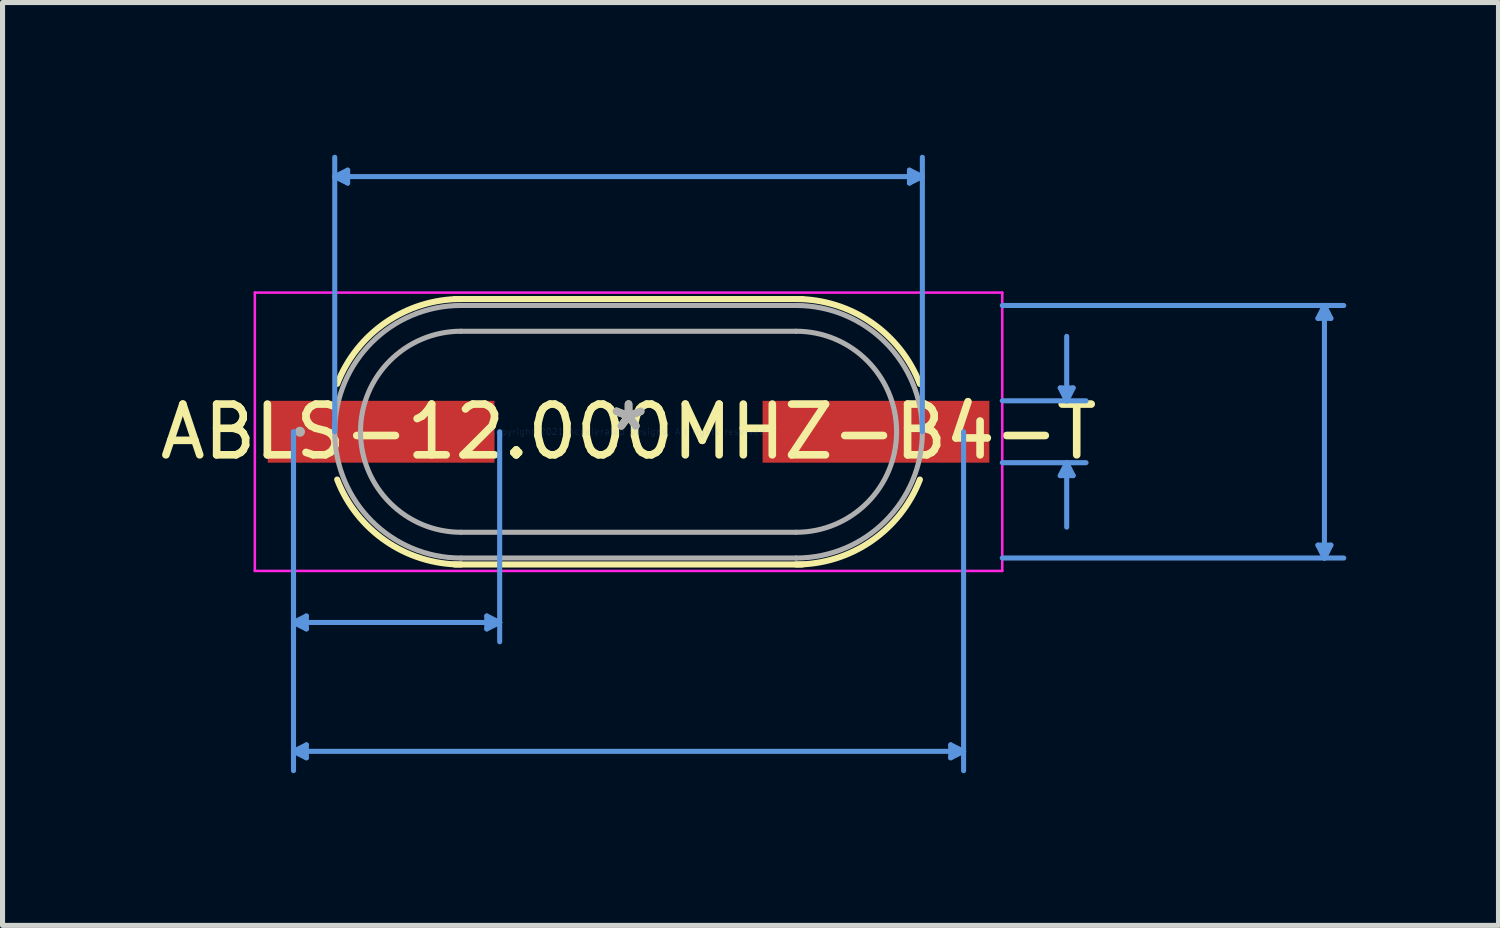
<source format=kicad_pcb>
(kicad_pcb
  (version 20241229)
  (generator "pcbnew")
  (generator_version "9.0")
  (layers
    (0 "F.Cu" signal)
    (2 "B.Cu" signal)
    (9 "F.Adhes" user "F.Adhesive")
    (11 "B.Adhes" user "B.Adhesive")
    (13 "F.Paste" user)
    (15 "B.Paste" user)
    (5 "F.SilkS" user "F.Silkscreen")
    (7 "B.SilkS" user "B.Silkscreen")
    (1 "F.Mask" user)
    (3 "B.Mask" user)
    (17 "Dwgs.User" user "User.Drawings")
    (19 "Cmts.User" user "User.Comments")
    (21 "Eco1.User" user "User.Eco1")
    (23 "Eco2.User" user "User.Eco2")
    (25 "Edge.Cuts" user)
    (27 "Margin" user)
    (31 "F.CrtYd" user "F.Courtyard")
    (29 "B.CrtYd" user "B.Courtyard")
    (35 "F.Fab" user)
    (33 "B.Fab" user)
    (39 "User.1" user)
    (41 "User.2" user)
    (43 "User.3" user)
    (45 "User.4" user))
  (footprint "ABLS-12.000MHZ-B4-T"
    (layer "F.Cu")
    (at 9.339 5.46)
    (property "Reference" "ABLS-12.000MHZ-B4-T" (at 0 0 0) (layer "F.SilkS") (effects (font (size 1 1) (thickness 0.15))))
    (attr through_hole)
    (fp_line (start -3.429 -2.616) (end 3.429 -2.616) (stroke (width 0.12) (type solid)) (layer "F.SilkS"))
    (fp_line (start 3.429 2.616) (end -3.429 2.616) (stroke (width 0.12) (type solid)) (layer "F.SilkS"))
    (fp_arc (start -5.742594 -0.94234) (mid -4.781722 -2.157528) (end -3.302 -2.6162) (stroke (width 0.12) (type solid)) (layer "F.SilkS"))
    (fp_arc (start -3.302002 2.6162) (mid -4.781723 2.157527) (end -5.742594 0.942339) (stroke (width 0.12) (type solid)) (layer "F.SilkS"))
    (fp_arc (start 3.302 -2.6162) (mid 4.781722 -2.157528) (end 5.742594 -0.94234) (stroke (width 0.12) (type solid)) (layer "F.SilkS"))
    (fp_arc (start 5.742594 0.94234) (mid 4.781722 2.157528) (end 3.302 2.6162) (stroke (width 0.12) (type solid)) (layer "F.SilkS"))
    (fp_line (start -6.604 0) (end -6.604 4.14) (stroke (width 0.1) (type solid)) (layer "Cmts.User"))
    (fp_line (start -6.604 0) (end -6.604 6.68) (stroke (width 0.1) (type solid)) (layer "Cmts.User"))
    (fp_line (start -6.604 3.759) (end -6.35 3.632) (stroke (width 0.1) (type solid)) (layer "Cmts.User"))
    (fp_line (start -6.604 3.759) (end -6.35 3.886) (stroke (width 0.1) (type solid)) (layer "Cmts.User"))
    (fp_line (start -6.604 3.759) (end -2.54 3.759) (stroke (width 0.1) (type solid)) (layer "Cmts.User"))
    (fp_line (start -6.604 6.299) (end -6.35 6.172) (stroke (width 0.1) (type solid)) (layer "Cmts.User"))
    (fp_line (start -6.604 6.299) (end -6.35 6.426) (stroke (width 0.1) (type solid)) (layer "Cmts.User"))
    (fp_line (start -6.604 6.299) (end 6.604 6.299) (stroke (width 0.1) (type solid)) (layer "Cmts.User"))
    (fp_line (start -6.35 3.632) (end -6.35 3.886) (stroke (width 0.1) (type solid)) (layer "Cmts.User"))
    (fp_line (start -6.35 6.172) (end -6.35 6.426) (stroke (width 0.1) (type solid)) (layer "Cmts.User"))
    (fp_line (start -5.791 -5.029) (end -5.537 -5.156) (stroke (width 0.1) (type solid)) (layer "Cmts.User"))
    (fp_line (start -5.791 -5.029) (end -5.537 -4.902) (stroke (width 0.1) (type solid)) (layer "Cmts.User"))
    (fp_line (start -5.791 -5.029) (end 5.791 -5.029) (stroke (width 0.1) (type solid)) (layer "Cmts.User"))
    (fp_line (start -5.791 0) (end -5.791 -5.41) (stroke (width 0.1) (type solid)) (layer "Cmts.User"))
    (fp_line (start -5.537 -5.156) (end -5.537 -4.902) (stroke (width 0.1) (type solid)) (layer "Cmts.User"))
    (fp_line (start -2.794 3.632) (end -2.794 3.886) (stroke (width 0.1) (type solid)) (layer "Cmts.User"))
    (fp_line (start -2.54 0) (end -2.54 4.14) (stroke (width 0.1) (type solid)) (layer "Cmts.User"))
    (fp_line (start -2.54 3.759) (end -2.794 3.632) (stroke (width 0.1) (type solid)) (layer "Cmts.User"))
    (fp_line (start -2.54 3.759) (end -2.794 3.886) (stroke (width 0.1) (type solid)) (layer "Cmts.User"))
    (fp_line (start 5.537 -5.156) (end 5.537 -4.902) (stroke (width 0.1) (type solid)) (layer "Cmts.User"))
    (fp_line (start 5.791 -5.029) (end 5.537 -5.156) (stroke (width 0.1) (type solid)) (layer "Cmts.User"))
    (fp_line (start 5.791 -5.029) (end 5.537 -4.902) (stroke (width 0.1) (type solid)) (layer "Cmts.User"))
    (fp_line (start 5.791 0) (end 5.791 -5.41) (stroke (width 0.1) (type solid)) (layer "Cmts.User"))
    (fp_line (start 6.35 6.172) (end 6.35 6.426) (stroke (width 0.1) (type solid)) (layer "Cmts.User"))
    (fp_line (start 6.604 0) (end 6.604 6.68) (stroke (width 0.1) (type solid)) (layer "Cmts.User"))
    (fp_line (start 6.604 6.299) (end 6.35 6.172) (stroke (width 0.1) (type solid)) (layer "Cmts.User"))
    (fp_line (start 6.604 6.299) (end 6.35 6.426) (stroke (width 0.1) (type solid)) (layer "Cmts.User"))
    (fp_line (start 7.366 -2.489) (end 14.097 -2.489) (stroke (width 0.1) (type solid)) (layer "Cmts.User"))
    (fp_line (start 7.366 -0.61) (end 9.017 -0.61) (stroke (width 0.1) (type solid)) (layer "Cmts.User"))
    (fp_line (start 7.366 0.61) (end 9.017 0.61) (stroke (width 0.1) (type solid)) (layer "Cmts.User"))
    (fp_line (start 7.366 2.489) (end 14.097 2.489) (stroke (width 0.1) (type solid)) (layer "Cmts.User"))
    (fp_line (start 8.509 -0.864) (end 8.763 -0.864) (stroke (width 0.1) (type solid)) (layer "Cmts.User"))
    (fp_line (start 8.509 0.864) (end 8.763 0.864) (stroke (width 0.1) (type solid)) (layer "Cmts.User"))
    (fp_line (start 8.636 -0.61) (end 8.509 -0.864) (stroke (width 0.1) (type solid)) (layer "Cmts.User"))
    (fp_line (start 8.636 -0.61) (end 8.636 -1.88) (stroke (width 0.1) (type solid)) (layer "Cmts.User"))
    (fp_line (start 8.636 -0.61) (end 8.763 -0.864) (stroke (width 0.1) (type solid)) (layer "Cmts.User"))
    (fp_line (start 8.636 0.61) (end 8.509 0.864) (stroke (width 0.1) (type solid)) (layer "Cmts.User"))
    (fp_line (start 8.636 0.61) (end 8.636 1.88) (stroke (width 0.1) (type solid)) (layer "Cmts.User"))
    (fp_line (start 8.636 0.61) (end 8.763 0.864) (stroke (width 0.1) (type solid)) (layer "Cmts.User"))
    (fp_line (start 13.589 -2.235) (end 13.843 -2.235) (stroke (width 0.1) (type solid)) (layer "Cmts.User"))
    (fp_line (start 13.589 2.235) (end 13.843 2.235) (stroke (width 0.1) (type solid)) (layer "Cmts.User"))
    (fp_line (start 13.716 -2.489) (end 13.589 -2.235) (stroke (width 0.1) (type solid)) (layer "Cmts.User"))
    (fp_line (start 13.716 -2.489) (end 13.716 2.489) (stroke (width 0.1) (type solid)) (layer "Cmts.User"))
    (fp_line (start 13.716 -2.489) (end 13.843 -2.235) (stroke (width 0.1) (type solid)) (layer "Cmts.User"))
    (fp_line (start 13.716 2.489) (end 13.589 2.235) (stroke (width 0.1) (type solid)) (layer "Cmts.User"))
    (fp_line (start 13.716 2.489) (end 13.843 2.235) (stroke (width 0.1) (type solid)) (layer "Cmts.User"))
    (fp_line (start -7.366 -2.743) (end 7.366 -2.743) (stroke (width 0.05) (type solid)) (layer "F.CrtYd"))
    (fp_line (start -7.366 2.743) (end -7.366 -2.743) (stroke (width 0.05) (type solid)) (layer "F.CrtYd"))
    (fp_line (start 7.366 -2.743) (end 7.366 2.743) (stroke (width 0.05) (type solid)) (layer "F.CrtYd"))
    (fp_line (start 7.366 2.743) (end -7.366 2.743) (stroke (width 0.05) (type solid)) (layer "F.CrtYd"))
    (fp_line (start -3.302 -2.489) (end 3.302 -2.489) (stroke (width 0.1) (type solid)) (layer "F.Fab"))
    (fp_line (start -3.302 -1.981) (end 3.302 -1.981) (stroke (width 0.1) (type solid)) (layer "F.Fab"))
    (fp_line (start 3.302 1.981) (end -3.302 1.981) (stroke (width 0.1) (type solid)) (layer "F.Fab"))
    (fp_line (start 3.302 2.489) (end -3.302 2.489) (stroke (width 0.1) (type solid)) (layer "F.Fab"))
    (fp_arc (start -3.302 1.9812) (mid -5.2832 0) (end -3.302 -1.9812) (stroke (width 0.1) (type solid)) (layer "F.Fab"))
    (fp_arc (start -3.302 2.4892) (mid -5.7912 0) (end -3.302 -2.4892) (stroke (width 0.1) (type solid)) (layer "F.Fab"))
    (fp_arc (start 3.302 -2.4892) (mid 5.7912 0) (end 3.302 2.4892) (stroke (width 0.1) (type solid)) (layer "F.Fab"))
    (fp_arc (start 3.302 -1.9812) (mid 5.2832 0) (end 3.302 1.9812) (stroke (width 0.1) (type solid)) (layer "F.Fab"))
    (fp_circle (center -6.477 0) (end -6.477 0) (stroke (width 0.1) (type solid)) (fill no) (layer "F.Fab"))
    (fp_text user "*" (at 0 0 0) (layer "F.SilkS") (effects (font (size 1 1) (thickness 0.15))))
    (fp_text user "Copyright 2021 Accelerated Designs. All rights reserved." (at 0 0 0) (layer "Cmts.User") (effects (font (size 0.127 0.127) (thickness 0.002))))
    (fp_text user "*" (at 0 0 0) (layer "F.Fab") (effects (font (size 1 1) (thickness 0.15))))
    (pad "1" smd rect (at -4.877 0 90) (size 1.219 4.47) (layers "F.Cu" "F.Mask" "F.Paste"))
    (pad "2" smd rect (at 4.877 0 90) (size 1.219 4.47) (layers "F.Cu" "F.Mask" "F.Paste")))
  (gr_rect
    (start -3 -3)
    (end 26.486 15.19)
    (stroke (width 0.1) (type default))
    (fill no)
    (layer "Edge.Cuts")))
</source>
